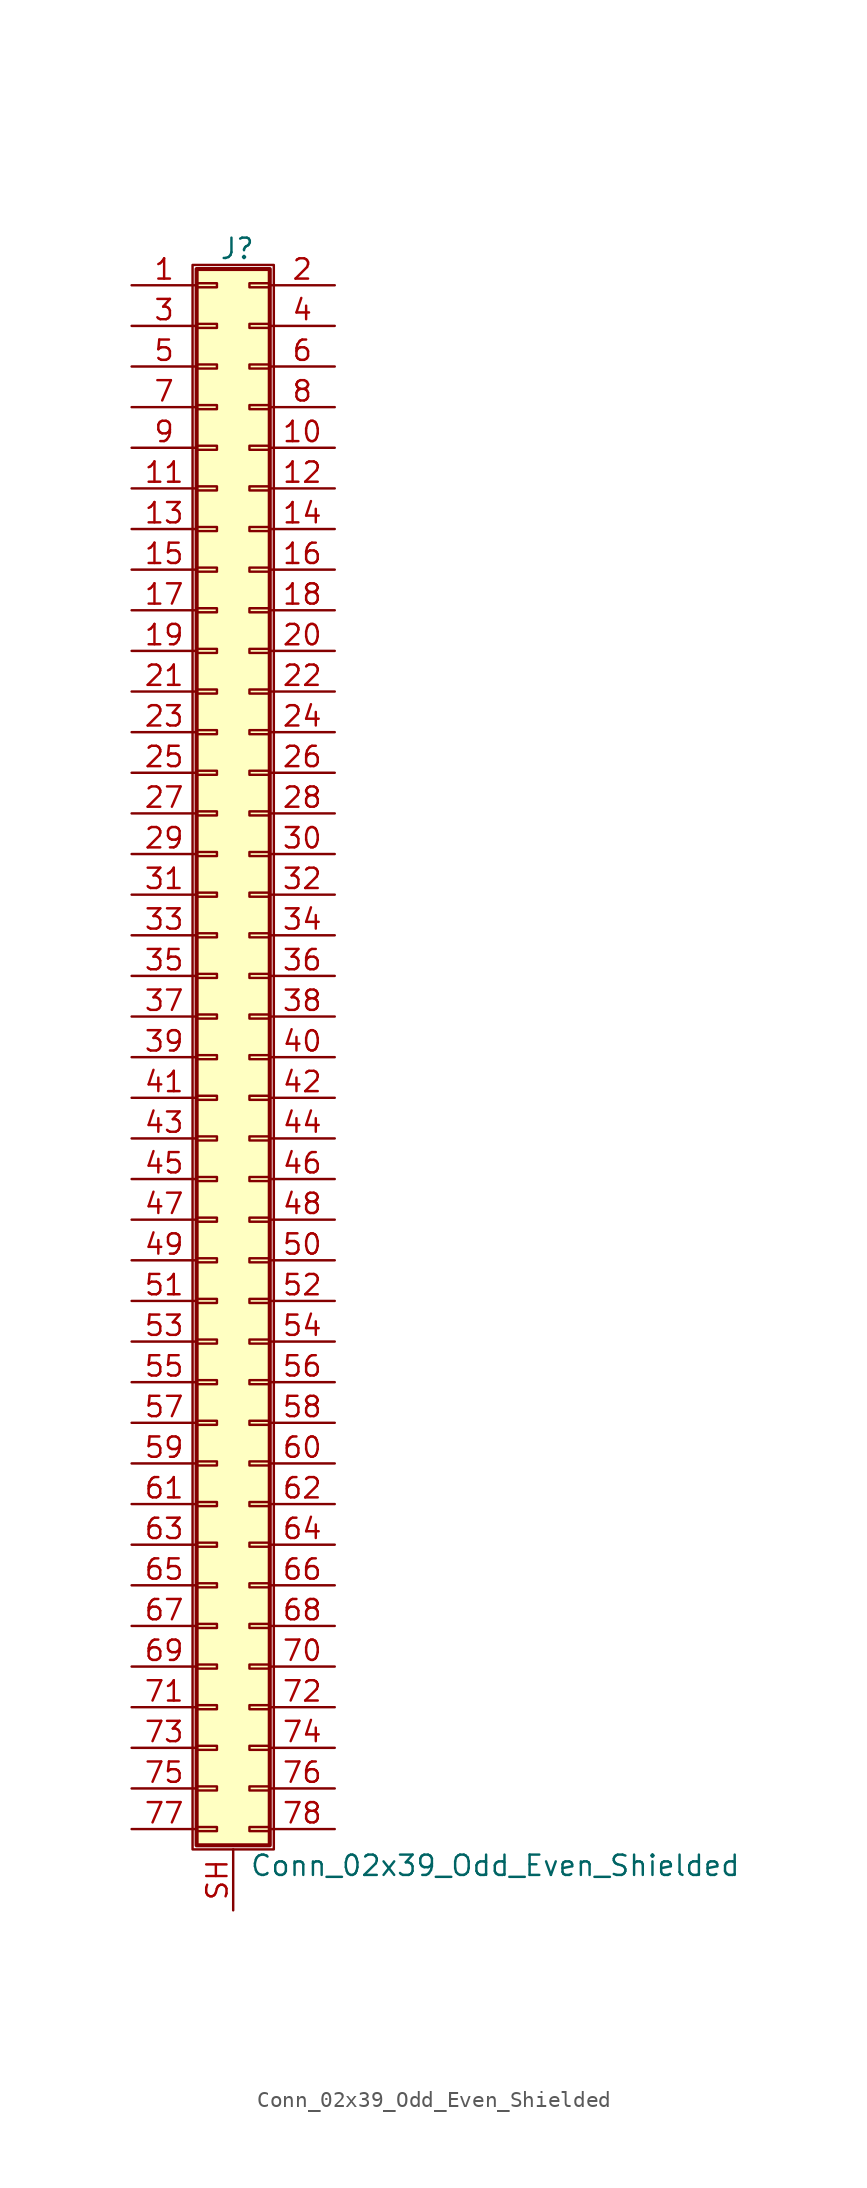
<source format=kicad_sym>
(kicad_symbol_lib
  (version 20220914)
  (generator kicad_symbol_editor)
  (symbol "Conn_02x39_Odd_Even_Shielded"
    (pin_names
      (offset 1.016) hide)
    (property "Reference" "J"
      (at 1.524 50.546 0)
      (effects (font (size 1.27 1.27))))
    (property "Value" "Conn_02x39_Odd_Even_Shielded"
      (at 2.286 -50.546 0)
      (effects (font (size 1.27 1.27)) (justify left)))
    (symbol "Conn_02x39_Odd_Even_Shielded_1_1"
      (rectangle (start -1.27 49.53) (end 3.81 -49.53) (stroke (width 0.152) (type default)) (fill (type none)))
      (rectangle (start -1.016 -48.133) (end 0.254 -48.387) (stroke (width 0.152) (type default)) (fill (type none)))
      (rectangle (start -1.016 -45.593) (end 0.254 -45.847) (stroke (width 0.152) (type default)) (fill (type none)))
      (rectangle (start -1.016 -43.053) (end 0.254 -43.307) (stroke (width 0.152) (type default)) (fill (type none)))
      (rectangle (start -1.016 -40.513) (end 0.254 -40.767) (stroke (width 0.152) (type default)) (fill (type none)))
      (rectangle (start -1.016 -37.973) (end 0.254 -38.227) (stroke (width 0.152) (type default)) (fill (type none)))
      (rectangle (start -1.016 -35.433) (end 0.254 -35.687) (stroke (width 0.152) (type default)) (fill (type none)))
      (rectangle (start -1.016 -32.893) (end 0.254 -33.147) (stroke (width 0.152) (type default)) (fill (type none)))
      (rectangle (start -1.016 -30.353) (end 0.254 -30.607) (stroke (width 0.152) (type default)) (fill (type none)))
      (rectangle (start -1.016 -27.813) (end 0.254 -28.067) (stroke (width 0.152) (type default)) (fill (type none)))
      (rectangle (start -1.016 -25.273) (end 0.254 -25.527) (stroke (width 0.152) (type default)) (fill (type none)))
      (rectangle (start -1.016 -22.733) (end 0.254 -22.987) (stroke (width 0.152) (type default)) (fill (type none)))
      (rectangle (start -1.016 -20.193) (end 0.254 -20.447) (stroke (width 0.152) (type default)) (fill (type none)))
      (rectangle (start -1.016 -17.653) (end 0.254 -17.907) (stroke (width 0.152) (type default)) (fill (type none)))
      (rectangle (start -1.016 -15.113) (end 0.254 -15.367) (stroke (width 0.152) (type default)) (fill (type none)))
      (rectangle (start -1.016 -12.573) (end 0.254 -12.827) (stroke (width 0.152) (type default)) (fill (type none)))
      (rectangle (start -1.016 -10.033) (end 0.254 -10.287) (stroke (width 0.152) (type default)) (fill (type none)))
      (rectangle (start -1.016 -7.493) (end 0.254 -7.747) (stroke (width 0.152) (type default)) (fill (type none)))
      (rectangle (start -1.016 -4.953) (end 0.254 -5.207) (stroke (width 0.152) (type default)) (fill (type none)))
      (rectangle (start -1.016 -2.413) (end 0.254 -2.667) (stroke (width 0.152) (type default)) (fill (type none)))
      (rectangle (start -1.016 0.127) (end 0.254 -0.127) (stroke (width 0.152) (type default)) (fill (type none)))
      (rectangle (start -1.016 2.667) (end 0.254 2.413) (stroke (width 0.152) (type default)) (fill (type none)))
      (rectangle (start -1.016 5.207) (end 0.254 4.953) (stroke (width 0.152) (type default)) (fill (type none)))
      (rectangle (start -1.016 7.747) (end 0.254 7.493) (stroke (width 0.152) (type default)) (fill (type none)))
      (rectangle (start -1.016 10.287) (end 0.254 10.033) (stroke (width 0.152) (type default)) (fill (type none)))
      (rectangle (start -1.016 12.827) (end 0.254 12.573) (stroke (width 0.152) (type default)) (fill (type none)))
      (rectangle (start -1.016 15.367) (end 0.254 15.113) (stroke (width 0.152) (type default)) (fill (type none)))
      (rectangle (start -1.016 17.907) (end 0.254 17.653) (stroke (width 0.152) (type default)) (fill (type none)))
      (rectangle (start -1.016 20.447) (end 0.254 20.193) (stroke (width 0.152) (type default)) (fill (type none)))
      (rectangle (start -1.016 22.987) (end 0.254 22.733) (stroke (width 0.152) (type default)) (fill (type none)))
      (rectangle (start -1.016 25.527) (end 0.254 25.273) (stroke (width 0.152) (type default)) (fill (type none)))
      (rectangle (start -1.016 28.067) (end 0.254 27.813) (stroke (width 0.152) (type default)) (fill (type none)))
      (rectangle (start -1.016 30.607) (end 0.254 30.353) (stroke (width 0.152) (type default)) (fill (type none)))
      (rectangle (start -1.016 33.147) (end 0.254 32.893) (stroke (width 0.152) (type default)) (fill (type none)))
      (rectangle (start -1.016 35.687) (end 0.254 35.433) (stroke (width 0.152) (type default)) (fill (type none)))
      (rectangle (start -1.016 38.227) (end 0.254 37.973) (stroke (width 0.152) (type default)) (fill (type none)))
      (rectangle (start -1.016 40.767) (end 0.254 40.513) (stroke (width 0.152) (type default)) (fill (type none)))
      (rectangle (start -1.016 43.307) (end 0.254 43.053) (stroke (width 0.152) (type default)) (fill (type none)))
      (rectangle (start -1.016 45.847) (end 0.254 45.593) (stroke (width 0.152) (type default)) (fill (type none)))
      (rectangle (start -1.016 48.387) (end 0.254 48.133) (stroke (width 0.152) (type default)) (fill (type none)))
      (rectangle (start -1.016 49.276) (end 3.556 -49.276) (stroke (width 0.254) (type default)) (fill (type background)))
      (rectangle (start 3.556 -48.133) (end 2.286 -48.387) (stroke (width 0.152) (type default)) (fill (type none)))
      (rectangle (start 3.556 -45.593) (end 2.286 -45.847) (stroke (width 0.152) (type default)) (fill (type none)))
      (rectangle (start 3.556 -43.053) (end 2.286 -43.307) (stroke (width 0.152) (type default)) (fill (type none)))
      (rectangle (start 3.556 -40.513) (end 2.286 -40.767) (stroke (width 0.152) (type default)) (fill (type none)))
      (rectangle (start 3.556 -37.973) (end 2.286 -38.227) (stroke (width 0.152) (type default)) (fill (type none)))
      (rectangle (start 3.556 -35.433) (end 2.286 -35.687) (stroke (width 0.152) (type default)) (fill (type none)))
      (rectangle (start 3.556 -32.893) (end 2.286 -33.147) (stroke (width 0.152) (type default)) (fill (type none)))
      (rectangle (start 3.556 -30.353) (end 2.286 -30.607) (stroke (width 0.152) (type default)) (fill (type none)))
      (rectangle (start 3.556 -27.813) (end 2.286 -28.067) (stroke (width 0.152) (type default)) (fill (type none)))
      (rectangle (start 3.556 -25.273) (end 2.286 -25.527) (stroke (width 0.152) (type default)) (fill (type none)))
      (rectangle (start 3.556 -22.733) (end 2.286 -22.987) (stroke (width 0.152) (type default)) (fill (type none)))
      (rectangle (start 3.556 -20.193) (end 2.286 -20.447) (stroke (width 0.152) (type default)) (fill (type none)))
      (rectangle (start 3.556 -17.653) (end 2.286 -17.907) (stroke (width 0.152) (type default)) (fill (type none)))
      (rectangle (start 3.556 -15.113) (end 2.286 -15.367) (stroke (width 0.152) (type default)) (fill (type none)))
      (rectangle (start 3.556 -12.573) (end 2.286 -12.827) (stroke (width 0.152) (type default)) (fill (type none)))
      (rectangle (start 3.556 -10.033) (end 2.286 -10.287) (stroke (width 0.152) (type default)) (fill (type none)))
      (rectangle (start 3.556 -7.493) (end 2.286 -7.747) (stroke (width 0.152) (type default)) (fill (type none)))
      (rectangle (start 3.556 -4.953) (end 2.286 -5.207) (stroke (width 0.152) (type default)) (fill (type none)))
      (rectangle (start 3.556 -2.413) (end 2.286 -2.667) (stroke (width 0.152) (type default)) (fill (type none)))
      (rectangle (start 3.556 0.127) (end 2.286 -0.127) (stroke (width 0.152) (type default)) (fill (type none)))
      (rectangle (start 3.556 2.667) (end 2.286 2.413) (stroke (width 0.152) (type default)) (fill (type none)))
      (rectangle (start 3.556 5.207) (end 2.286 4.953) (stroke (width 0.152) (type default)) (fill (type none)))
      (rectangle (start 3.556 7.747) (end 2.286 7.493) (stroke (width 0.152) (type default)) (fill (type none)))
      (rectangle (start 3.556 10.287) (end 2.286 10.033) (stroke (width 0.152) (type default)) (fill (type none)))
      (rectangle (start 3.556 12.827) (end 2.286 12.573) (stroke (width 0.152) (type default)) (fill (type none)))
      (rectangle (start 3.556 15.367) (end 2.286 15.113) (stroke (width 0.152) (type default)) (fill (type none)))
      (rectangle (start 3.556 17.907) (end 2.286 17.653) (stroke (width 0.152) (type default)) (fill (type none)))
      (rectangle (start 3.556 20.447) (end 2.286 20.193) (stroke (width 0.152) (type default)) (fill (type none)))
      (rectangle (start 3.556 22.987) (end 2.286 22.733) (stroke (width 0.152) (type default)) (fill (type none)))
      (rectangle (start 3.556 25.527) (end 2.286 25.273) (stroke (width 0.152) (type default)) (fill (type none)))
      (rectangle (start 3.556 28.067) (end 2.286 27.813) (stroke (width 0.152) (type default)) (fill (type none)))
      (rectangle (start 3.556 30.607) (end 2.286 30.353) (stroke (width 0.152) (type default)) (fill (type none)))
      (rectangle (start 3.556 33.147) (end 2.286 32.893) (stroke (width 0.152) (type default)) (fill (type none)))
      (rectangle (start 3.556 35.687) (end 2.286 35.433) (stroke (width 0.152) (type default)) (fill (type none)))
      (rectangle (start 3.556 38.227) (end 2.286 37.973) (stroke (width 0.152) (type default)) (fill (type none)))
      (rectangle (start 3.556 40.767) (end 2.286 40.513) (stroke (width 0.152) (type default)) (fill (type none)))
      (rectangle (start 3.556 43.307) (end 2.286 43.053) (stroke (width 0.152) (type default)) (fill (type none)))
      (rectangle (start 3.556 45.847) (end 2.286 45.593) (stroke (width 0.152) (type default)) (fill (type none)))
      (rectangle (start 3.556 48.387) (end 2.286 48.133) (stroke (width 0.152) (type default)) (fill (type none)))
      (pin passive line (at -5.08 48.26 0) (length 4.064) (name "Pin_1" (effects (font (size 1.27 1.27)))) (number "1" (effects (font (size 1.27 1.27)))))
      (pin passive line (at 7.62 38.1 180) (length 4.064) (name "Pin_10" (effects (font (size 1.27 1.27)))) (number "10" (effects (font (size 1.27 1.27)))))
      (pin passive line (at -5.08 35.56 0) (length 4.064) (name "Pin_11" (effects (font (size 1.27 1.27)))) (number "11" (effects (font (size 1.27 1.27)))))
      (pin passive line (at 7.62 35.56 180) (length 4.064) (name "Pin_12" (effects (font (size 1.27 1.27)))) (number "12" (effects (font (size 1.27 1.27)))))
      (pin passive line (at -5.08 33.02 0) (length 4.064) (name "Pin_13" (effects (font (size 1.27 1.27)))) (number "13" (effects (font (size 1.27 1.27)))))
      (pin passive line (at 7.62 33.02 180) (length 4.064) (name "Pin_14" (effects (font (size 1.27 1.27)))) (number "14" (effects (font (size 1.27 1.27)))))
      (pin passive line (at -5.08 30.48 0) (length 4.064) (name "Pin_15" (effects (font (size 1.27 1.27)))) (number "15" (effects (font (size 1.27 1.27)))))
      (pin passive line (at 7.62 30.48 180) (length 4.064) (name "Pin_16" (effects (font (size 1.27 1.27)))) (number "16" (effects (font (size 1.27 1.27)))))
      (pin passive line (at -5.08 27.94 0) (length 4.064) (name "Pin_17" (effects (font (size 1.27 1.27)))) (number "17" (effects (font (size 1.27 1.27)))))
      (pin passive line (at 7.62 27.94 180) (length 4.064) (name "Pin_18" (effects (font (size 1.27 1.27)))) (number "18" (effects (font (size 1.27 1.27)))))
      (pin passive line (at -5.08 25.4 0) (length 4.064) (name "Pin_19" (effects (font (size 1.27 1.27)))) (number "19" (effects (font (size 1.27 1.27)))))
      (pin passive line (at 7.62 48.26 180) (length 4.064) (name "Pin_2" (effects (font (size 1.27 1.27)))) (number "2" (effects (font (size 1.27 1.27)))))
      (pin passive line (at 7.62 25.4 180) (length 4.064) (name "Pin_20" (effects (font (size 1.27 1.27)))) (number "20" (effects (font (size 1.27 1.27)))))
      (pin passive line (at -5.08 22.86 0) (length 4.064) (name "Pin_21" (effects (font (size 1.27 1.27)))) (number "21" (effects (font (size 1.27 1.27)))))
      (pin passive line (at 7.62 22.86 180) (length 4.064) (name "Pin_22" (effects (font (size 1.27 1.27)))) (number "22" (effects (font (size 1.27 1.27)))))
      (pin passive line (at -5.08 20.32 0) (length 4.064) (name "Pin_23" (effects (font (size 1.27 1.27)))) (number "23" (effects (font (size 1.27 1.27)))))
      (pin passive line (at 7.62 20.32 180) (length 4.064) (name "Pin_24" (effects (font (size 1.27 1.27)))) (number "24" (effects (font (size 1.27 1.27)))))
      (pin passive line (at -5.08 17.78 0) (length 4.064) (name "Pin_25" (effects (font (size 1.27 1.27)))) (number "25" (effects (font (size 1.27 1.27)))))
      (pin passive line (at 7.62 17.78 180) (length 4.064) (name "Pin_26" (effects (font (size 1.27 1.27)))) (number "26" (effects (font (size 1.27 1.27)))))
      (pin passive line (at -5.08 15.24 0) (length 4.064) (name "Pin_27" (effects (font (size 1.27 1.27)))) (number "27" (effects (font (size 1.27 1.27)))))
      (pin passive line (at 7.62 15.24 180) (length 4.064) (name "Pin_28" (effects (font (size 1.27 1.27)))) (number "28" (effects (font (size 1.27 1.27)))))
      (pin passive line (at -5.08 12.7 0) (length 4.064) (name "Pin_29" (effects (font (size 1.27 1.27)))) (number "29" (effects (font (size 1.27 1.27)))))
      (pin passive line (at -5.08 45.72 0) (length 4.064) (name "Pin_3" (effects (font (size 1.27 1.27)))) (number "3" (effects (font (size 1.27 1.27)))))
      (pin passive line (at 7.62 12.7 180) (length 4.064) (name "Pin_30" (effects (font (size 1.27 1.27)))) (number "30" (effects (font (size 1.27 1.27)))))
      (pin passive line (at -5.08 10.16 0) (length 4.064) (name "Pin_31" (effects (font (size 1.27 1.27)))) (number "31" (effects (font (size 1.27 1.27)))))
      (pin passive line (at 7.62 10.16 180) (length 4.064) (name "Pin_32" (effects (font (size 1.27 1.27)))) (number "32" (effects (font (size 1.27 1.27)))))
      (pin passive line (at -5.08 7.62 0) (length 4.064) (name "Pin_33" (effects (font (size 1.27 1.27)))) (number "33" (effects (font (size 1.27 1.27)))))
      (pin passive line (at 7.62 7.62 180) (length 4.064) (name "Pin_34" (effects (font (size 1.27 1.27)))) (number "34" (effects (font (size 1.27 1.27)))))
      (pin passive line (at -5.08 5.08 0) (length 4.064) (name "Pin_35" (effects (font (size 1.27 1.27)))) (number "35" (effects (font (size 1.27 1.27)))))
      (pin passive line (at 7.62 5.08 180) (length 4.064) (name "Pin_36" (effects (font (size 1.27 1.27)))) (number "36" (effects (font (size 1.27 1.27)))))
      (pin passive line (at -5.08 2.54 0) (length 4.064) (name "Pin_37" (effects (font (size 1.27 1.27)))) (number "37" (effects (font (size 1.27 1.27)))))
      (pin passive line (at 7.62 2.54 180) (length 4.064) (name "Pin_38" (effects (font (size 1.27 1.27)))) (number "38" (effects (font (size 1.27 1.27)))))
      (pin passive line (at -5.08 0 0) (length 4.064) (name "Pin_39" (effects (font (size 1.27 1.27)))) (number "39" (effects (font (size 1.27 1.27)))))
      (pin passive line (at 7.62 45.72 180) (length 4.064) (name "Pin_4" (effects (font (size 1.27 1.27)))) (number "4" (effects (font (size 1.27 1.27)))))
      (pin passive line (at 7.62 0 180) (length 4.064) (name "Pin_40" (effects (font (size 1.27 1.27)))) (number "40" (effects (font (size 1.27 1.27)))))
      (pin passive line (at -5.08 -2.54 0) (length 4.064) (name "Pin_41" (effects (font (size 1.27 1.27)))) (number "41" (effects (font (size 1.27 1.27)))))
      (pin passive line (at 7.62 -2.54 180) (length 4.064) (name "Pin_42" (effects (font (size 1.27 1.27)))) (number "42" (effects (font (size 1.27 1.27)))))
      (pin passive line (at -5.08 -5.08 0) (length 4.064) (name "Pin_43" (effects (font (size 1.27 1.27)))) (number "43" (effects (font (size 1.27 1.27)))))
      (pin passive line (at 7.62 -5.08 180) (length 4.064) (name "Pin_44" (effects (font (size 1.27 1.27)))) (number "44" (effects (font (size 1.27 1.27)))))
      (pin passive line (at -5.08 -7.62 0) (length 4.064) (name "Pin_45" (effects (font (size 1.27 1.27)))) (number "45" (effects (font (size 1.27 1.27)))))
      (pin passive line (at 7.62 -7.62 180) (length 4.064) (name "Pin_46" (effects (font (size 1.27 1.27)))) (number "46" (effects (font (size 1.27 1.27)))))
      (pin passive line (at -5.08 -10.16 0) (length 4.064) (name "Pin_47" (effects (font (size 1.27 1.27)))) (number "47" (effects (font (size 1.27 1.27)))))
      (pin passive line (at 7.62 -10.16 180) (length 4.064) (name "Pin_48" (effects (font (size 1.27 1.27)))) (number "48" (effects (font (size 1.27 1.27)))))
      (pin passive line (at -5.08 -12.7 0) (length 4.064) (name "Pin_49" (effects (font (size 1.27 1.27)))) (number "49" (effects (font (size 1.27 1.27)))))
      (pin passive line (at -5.08 43.18 0) (length 4.064) (name "Pin_5" (effects (font (size 1.27 1.27)))) (number "5" (effects (font (size 1.27 1.27)))))
      (pin passive line (at 7.62 -12.7 180) (length 4.064) (name "Pin_50" (effects (font (size 1.27 1.27)))) (number "50" (effects (font (size 1.27 1.27)))))
      (pin passive line (at -5.08 -15.24 0) (length 4.064) (name "Pin_51" (effects (font (size 1.27 1.27)))) (number "51" (effects (font (size 1.27 1.27)))))
      (pin passive line (at 7.62 -15.24 180) (length 4.064) (name "Pin_52" (effects (font (size 1.27 1.27)))) (number "52" (effects (font (size 1.27 1.27)))))
      (pin passive line (at -5.08 -17.78 0) (length 4.064) (name "Pin_53" (effects (font (size 1.27 1.27)))) (number "53" (effects (font (size 1.27 1.27)))))
      (pin passive line (at 7.62 -17.78 180) (length 4.064) (name "Pin_54" (effects (font (size 1.27 1.27)))) (number "54" (effects (font (size 1.27 1.27)))))
      (pin passive line (at -5.08 -20.32 0) (length 4.064) (name "Pin_55" (effects (font (size 1.27 1.27)))) (number "55" (effects (font (size 1.27 1.27)))))
      (pin passive line (at 7.62 -20.32 180) (length 4.064) (name "Pin_56" (effects (font (size 1.27 1.27)))) (number "56" (effects (font (size 1.27 1.27)))))
      (pin passive line (at -5.08 -22.86 0) (length 4.064) (name "Pin_57" (effects (font (size 1.27 1.27)))) (number "57" (effects (font (size 1.27 1.27)))))
      (pin passive line (at 7.62 -22.86 180) (length 4.064) (name "Pin_58" (effects (font (size 1.27 1.27)))) (number "58" (effects (font (size 1.27 1.27)))))
      (pin passive line (at -5.08 -25.4 0) (length 4.064) (name "Pin_59" (effects (font (size 1.27 1.27)))) (number "59" (effects (font (size 1.27 1.27)))))
      (pin passive line (at 7.62 43.18 180) (length 4.064) (name "Pin_6" (effects (font (size 1.27 1.27)))) (number "6" (effects (font (size 1.27 1.27)))))
      (pin passive line (at 7.62 -25.4 180) (length 4.064) (name "Pin_60" (effects (font (size 1.27 1.27)))) (number "60" (effects (font (size 1.27 1.27)))))
      (pin passive line (at -5.08 -27.94 0) (length 4.064) (name "Pin_61" (effects (font (size 1.27 1.27)))) (number "61" (effects (font (size 1.27 1.27)))))
      (pin passive line (at 7.62 -27.94 180) (length 4.064) (name "Pin_62" (effects (font (size 1.27 1.27)))) (number "62" (effects (font (size 1.27 1.27)))))
      (pin passive line (at -5.08 -30.48 0) (length 4.064) (name "Pin_63" (effects (font (size 1.27 1.27)))) (number "63" (effects (font (size 1.27 1.27)))))
      (pin passive line (at 7.62 -30.48 180) (length 4.064) (name "Pin_64" (effects (font (size 1.27 1.27)))) (number "64" (effects (font (size 1.27 1.27)))))
      (pin passive line (at -5.08 -33.02 0) (length 4.064) (name "Pin_65" (effects (font (size 1.27 1.27)))) (number "65" (effects (font (size 1.27 1.27)))))
      (pin passive line (at 7.62 -33.02 180) (length 4.064) (name "Pin_66" (effects (font (size 1.27 1.27)))) (number "66" (effects (font (size 1.27 1.27)))))
      (pin passive line (at -5.08 -35.56 0) (length 4.064) (name "Pin_67" (effects (font (size 1.27 1.27)))) (number "67" (effects (font (size 1.27 1.27)))))
      (pin passive line (at 7.62 -35.56 180) (length 4.064) (name "Pin_68" (effects (font (size 1.27 1.27)))) (number "68" (effects (font (size 1.27 1.27)))))
      (pin passive line (at -5.08 -38.1 0) (length 4.064) (name "Pin_69" (effects (font (size 1.27 1.27)))) (number "69" (effects (font (size 1.27 1.27)))))
      (pin passive line (at -5.08 40.64 0) (length 4.064) (name "Pin_7" (effects (font (size 1.27 1.27)))) (number "7" (effects (font (size 1.27 1.27)))))
      (pin passive line (at 7.62 -38.1 180) (length 4.064) (name "Pin_70" (effects (font (size 1.27 1.27)))) (number "70" (effects (font (size 1.27 1.27)))))
      (pin passive line (at -5.08 -40.64 0) (length 4.064) (name "Pin_71" (effects (font (size 1.27 1.27)))) (number "71" (effects (font (size 1.27 1.27)))))
      (pin passive line (at 7.62 -40.64 180) (length 4.064) (name "Pin_72" (effects (font (size 1.27 1.27)))) (number "72" (effects (font (size 1.27 1.27)))))
      (pin passive line (at -5.08 -43.18 0) (length 4.064) (name "Pin_73" (effects (font (size 1.27 1.27)))) (number "73" (effects (font (size 1.27 1.27)))))
      (pin passive line (at 7.62 -43.18 180) (length 4.064) (name "Pin_74" (effects (font (size 1.27 1.27)))) (number "74" (effects (font (size 1.27 1.27)))))
      (pin passive line (at -5.08 -45.72 0) (length 4.064) (name "Pin_75" (effects (font (size 1.27 1.27)))) (number "75" (effects (font (size 1.27 1.27)))))
      (pin passive line (at 7.62 -45.72 180) (length 4.064) (name "Pin_76" (effects (font (size 1.27 1.27)))) (number "76" (effects (font (size 1.27 1.27)))))
      (pin passive line (at -5.08 -48.26 0) (length 4.064) (name "Pin_77" (effects (font (size 1.27 1.27)))) (number "77" (effects (font (size 1.27 1.27)))))
      (pin passive line (at 7.62 -48.26 180) (length 4.064) (name "Pin_78" (effects (font (size 1.27 1.27)))) (number "78" (effects (font (size 1.27 1.27)))))
      (pin passive line (at 7.62 40.64 180) (length 4.064) (name "Pin_8" (effects (font (size 1.27 1.27)))) (number "8" (effects (font (size 1.27 1.27)))))
      (pin passive line (at -5.08 38.1 0) (length 4.064) (name "Pin_9" (effects (font (size 1.27 1.27)))) (number "9" (effects (font (size 1.27 1.27)))))
      (pin passive line (at 1.27 -53.34 90) (length 3.81) (name "Shield" (effects (font (size 1.27 1.27)))) (number "SH" (effects (font (size 1.27 1.27))))))))
</source>
